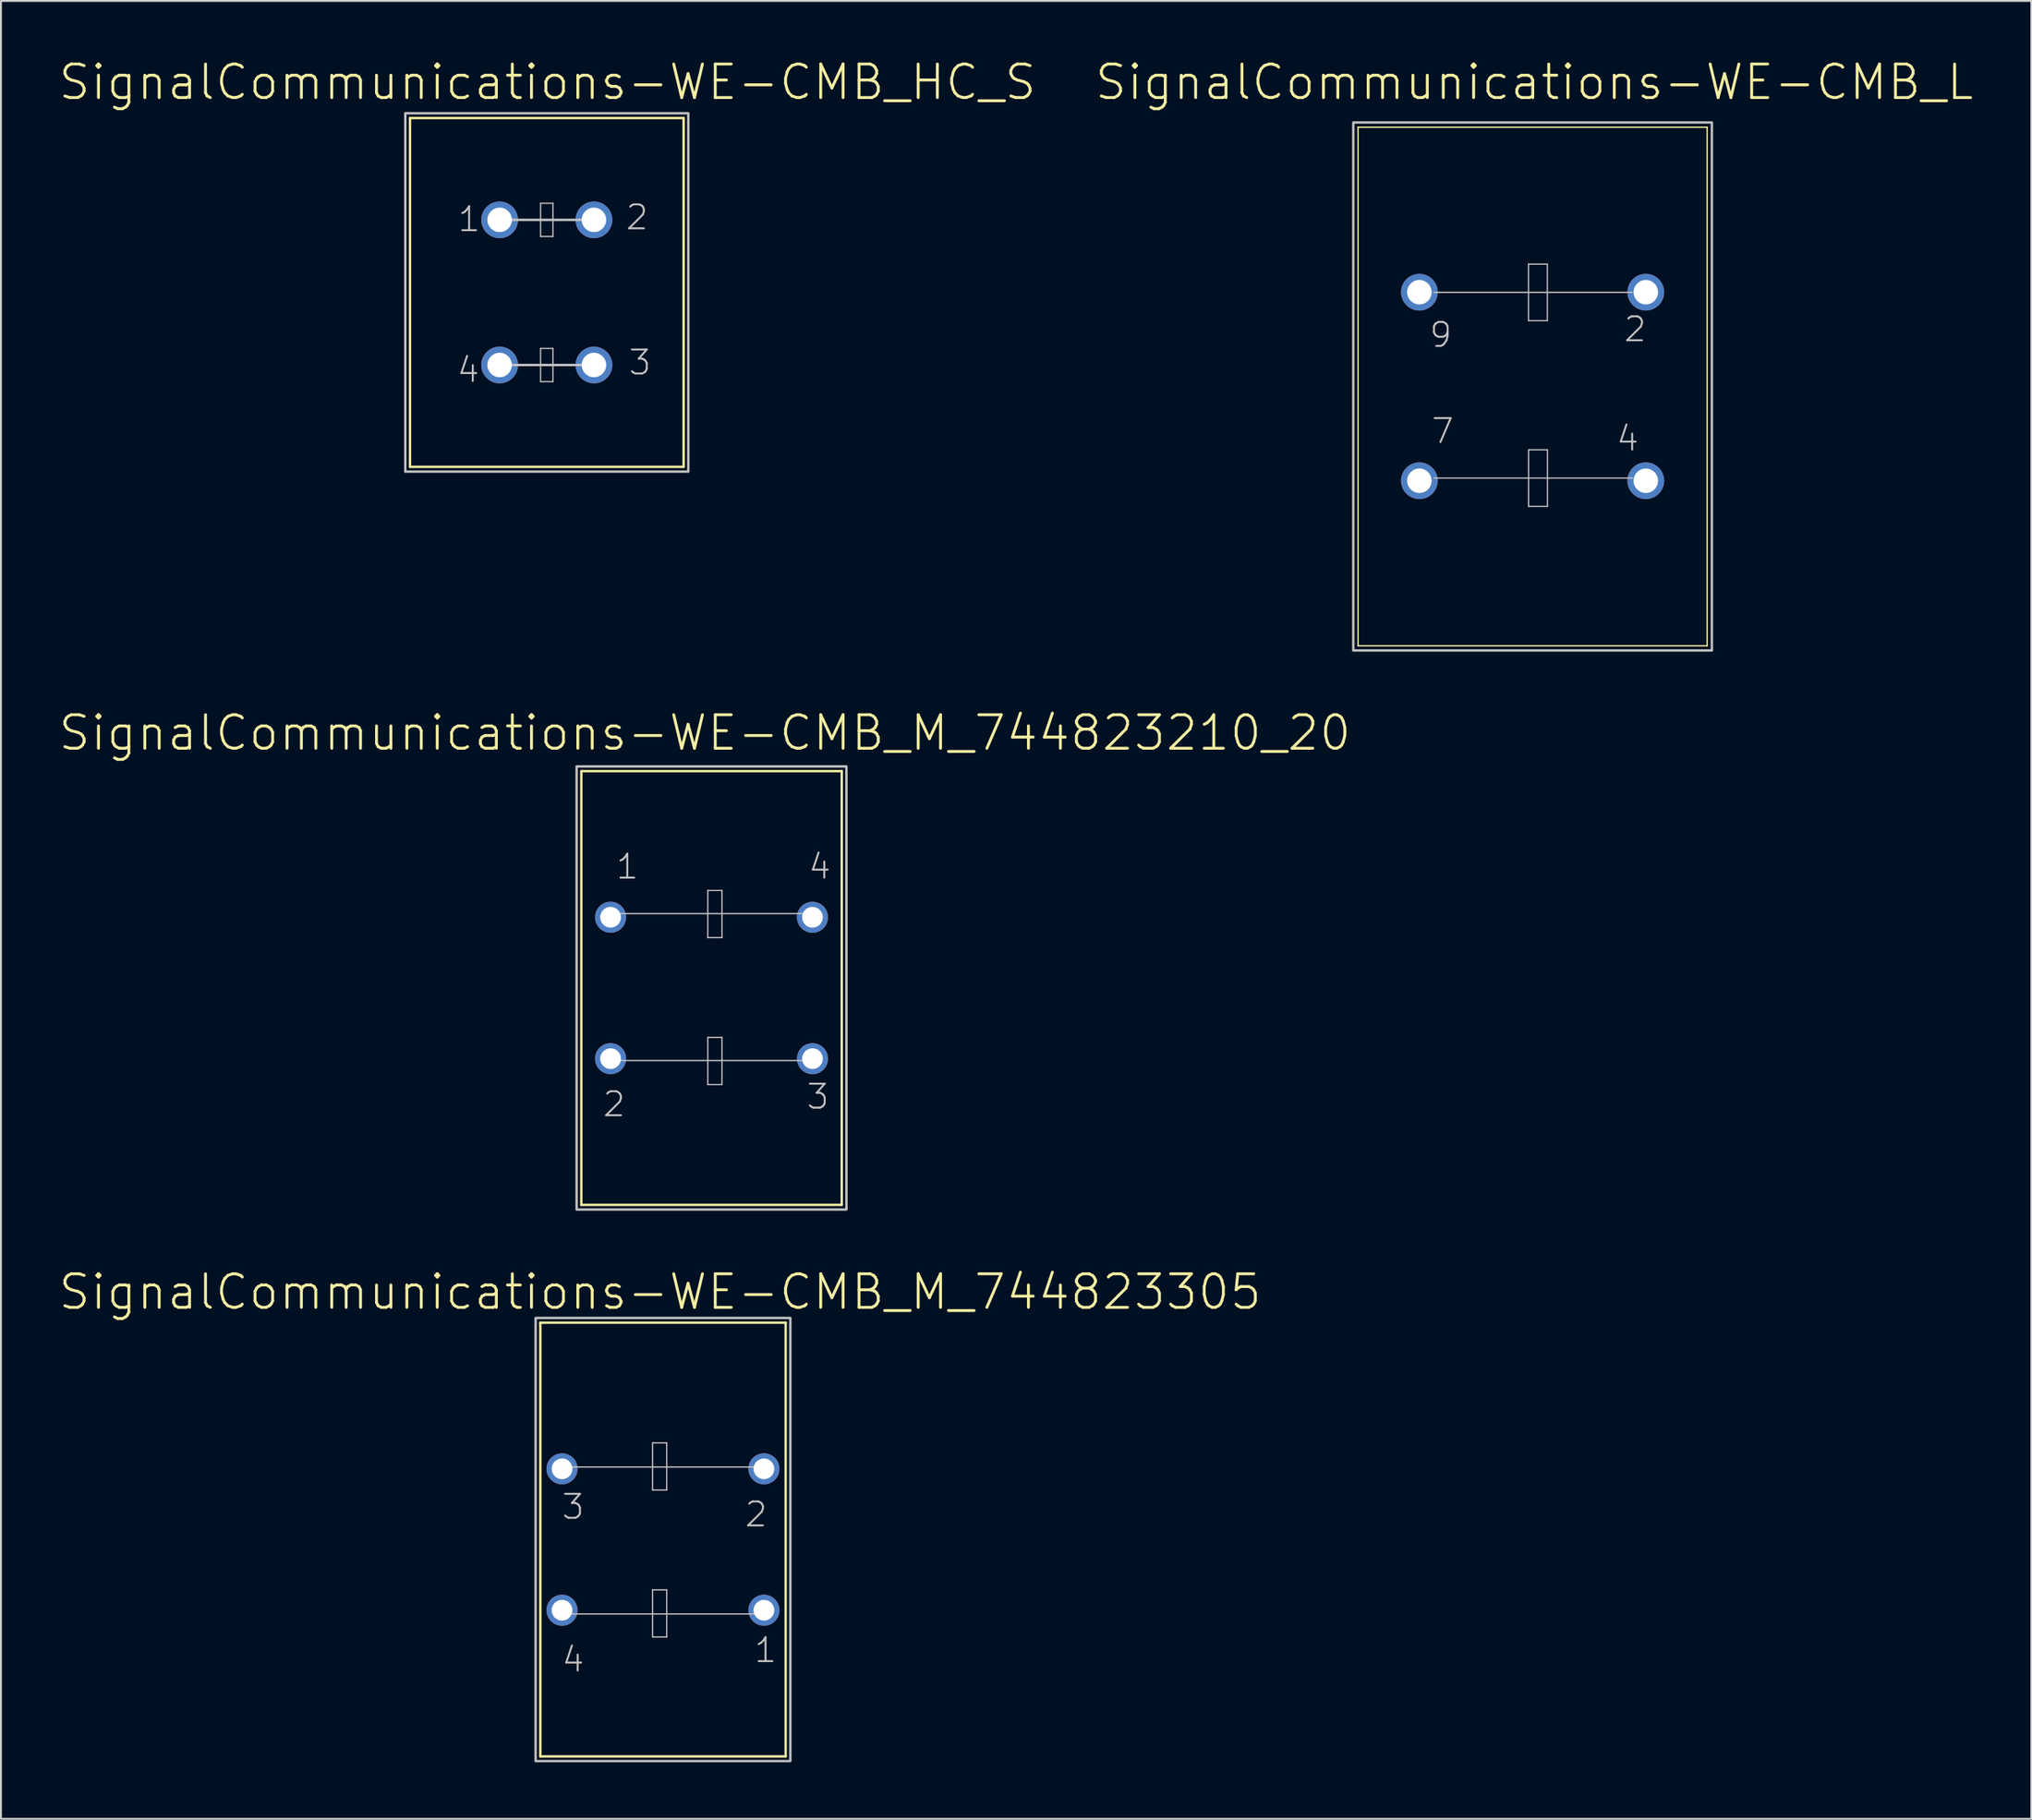
<source format=kicad_pcb>
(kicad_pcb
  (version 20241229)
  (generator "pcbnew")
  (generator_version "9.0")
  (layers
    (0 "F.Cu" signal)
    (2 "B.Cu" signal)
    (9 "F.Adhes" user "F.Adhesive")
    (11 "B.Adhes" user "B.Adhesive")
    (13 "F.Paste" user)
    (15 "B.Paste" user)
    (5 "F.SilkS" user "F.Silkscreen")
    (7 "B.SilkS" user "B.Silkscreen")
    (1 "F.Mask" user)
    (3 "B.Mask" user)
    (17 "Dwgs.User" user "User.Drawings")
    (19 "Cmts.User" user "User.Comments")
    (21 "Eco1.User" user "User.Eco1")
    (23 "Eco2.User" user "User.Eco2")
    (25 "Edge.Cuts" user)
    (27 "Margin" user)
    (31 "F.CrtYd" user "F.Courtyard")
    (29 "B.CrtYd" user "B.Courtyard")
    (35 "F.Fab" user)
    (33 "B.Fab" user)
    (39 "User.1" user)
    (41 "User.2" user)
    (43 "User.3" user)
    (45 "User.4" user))
  (footprint "SignalCommunications-WE-CMB_HC_S"
    (layer "F.Cu")
    (at 25.923 12.456)
    (property "Reference" "SignalCommunications-WE-CMB_HC_S" (at 0.036 -11.148 0) (layer "F.SilkS") (effects (font (size 1.778 1.778) (thickness 0.152))))
    (attr exclude_from_pos_files exclude_from_bom)
    (fp_line (start -7.249 -9.248) (end -7.249 9.248) (stroke (width 0.127) (type solid)) (layer "F.SilkS"))
    (fp_line (start -7.249 9.248) (end 7.249 9.248) (stroke (width 0.127) (type solid)) (layer "F.SilkS"))
    (fp_line (start 7.249 -9.248) (end -7.249 -9.248) (stroke (width 0.127) (type solid)) (layer "F.SilkS"))
    (fp_line (start 7.249 9.248) (end 7.249 -9.248) (stroke (width 0.127) (type solid)) (layer "F.SilkS"))
    (fp_line (start -0.328 -4.729) (end 0.328 -4.729) (stroke (width 0.066) (type solid)) (layer "Dwgs.User"))
    (fp_line (start -0.328 -2.969) (end -0.328 -4.729) (stroke (width 0.066) (type solid)) (layer "Dwgs.User"))
    (fp_line (start -0.328 -2.969) (end 0.328 -2.969) (stroke (width 0.066) (type solid)) (layer "Dwgs.User"))
    (fp_line (start -0.328 2.969) (end 0.328 2.969) (stroke (width 0.066) (type solid)) (layer "Dwgs.User"))
    (fp_line (start -0.328 4.729) (end -0.328 2.969) (stroke (width 0.066) (type solid)) (layer "Dwgs.User"))
    (fp_line (start -0.328 4.729) (end 0.328 4.729) (stroke (width 0.066) (type solid)) (layer "Dwgs.User"))
    (fp_line (start 0.328 -2.969) (end 0.328 -4.729) (stroke (width 0.066) (type solid)) (layer "Dwgs.User"))
    (fp_line (start 0.328 4.729) (end 0.328 2.969) (stroke (width 0.066) (type solid)) (layer "Dwgs.User"))
    (fp_line (start 2.499 -3.848) (end -2.499 -3.848) (stroke (width 0.127) (type solid)) (layer "Dwgs.User"))
    (fp_line (start 2.499 3.848) (end -2.499 3.848) (stroke (width 0.127) (type solid)) (layer "Dwgs.User"))
    (fp_poly (pts (xy -7.498 9.5) (xy -7.498 -9.5) (xy 7.498 -9.5) (xy 7.498 9.5) (xy -7.498 9.5)) (stroke (width 0.127) (type solid)) (fill no) (layer "Dwgs.User"))
    (fp_text user "1" (at -4.115 -3.884 0) (layer "Dwgs.User") (effects (font (size 1.27 1.27) (thickness 0.102))))
    (fp_text user "2" (at 4.783 -3.983 0) (layer "Dwgs.User") (effects (font (size 1.27 1.27) (thickness 0.102))))
    (fp_text user "4" (at -4.163 4.115 0) (layer "Dwgs.User") (effects (font (size 1.27 1.27) (thickness 0.102))))
    (fp_text user "3" (at 4.933 3.713 0) (layer "Dwgs.User") (effects (font (size 1.27 1.27) (thickness 0.102))))
    (pad "1" thru_hole circle (at -2.499 -3.848) (size 1.948 1.948) (drill 1.298) (layers "*.Cu" "*.Paste" "*.Mask"))
    (pad "2" thru_hole circle (at 2.499 -3.848) (size 1.948 1.948) (drill 1.298) (layers "*.Cu" "*.Paste" "*.Mask"))
    (pad "3" thru_hole circle (at 2.499 3.848) (size 1.948 1.948) (drill 1.298) (layers "*.Cu" "*.Paste" "*.Mask"))
    (pad "4" thru_hole circle (at -2.499 3.848) (size 1.948 1.948) (drill 1.298) (layers "*.Cu" "*.Paste" "*.Mask")))
  (footprint "SignalCommunications-WE-CMB_L"
    (layer "F.Cu")
    (at 78.158 17.442)
    (property "Reference" "SignalCommunications-WE-CMB_L" (at 0.094 -16.134 0) (layer "F.SilkS") (effects (font (size 1.778 1.778) (thickness 0.152))))
    (attr exclude_from_pos_files exclude_from_bom)
    (fp_line (start -9.248 -13.749) (end -9.248 13.749) (stroke (width 0.069) (type solid)) (layer "F.SilkS"))
    (fp_line (start -9.248 13.749) (end 9.248 13.749) (stroke (width 0.069) (type solid)) (layer "F.SilkS"))
    (fp_line (start 9.248 -13.749) (end -9.248 -13.749) (stroke (width 0.069) (type solid)) (layer "F.SilkS"))
    (fp_line (start 9.248 13.749) (end 9.248 -13.749) (stroke (width 0.069) (type solid)) (layer "F.SilkS"))
    (fp_line (start -5.217 -4.989) (end 5.281 -4.989) (stroke (width 0.069) (type solid)) (layer "Dwgs.User"))
    (fp_line (start -5.212 4.859) (end 5.286 4.859) (stroke (width 0.069) (type solid)) (layer "Dwgs.User"))
    (fp_line (start -0.218 -6.487) (end 0.78 -6.487) (stroke (width 0.066) (type solid)) (layer "Dwgs.User"))
    (fp_line (start -0.218 -3.487) (end -0.218 -6.487) (stroke (width 0.066) (type solid)) (layer "Dwgs.User"))
    (fp_line (start -0.218 -3.487) (end 0.78 -3.487) (stroke (width 0.066) (type solid)) (layer "Dwgs.User"))
    (fp_line (start -0.213 3.36) (end 0.785 3.36) (stroke (width 0.066) (type solid)) (layer "Dwgs.User"))
    (fp_line (start -0.213 6.36) (end -0.213 3.36) (stroke (width 0.066) (type solid)) (layer "Dwgs.User"))
    (fp_line (start -0.213 6.36) (end 0.785 6.36) (stroke (width 0.066) (type solid)) (layer "Dwgs.User"))
    (fp_line (start 0.78 -3.487) (end 0.78 -6.487) (stroke (width 0.066) (type solid)) (layer "Dwgs.User"))
    (fp_line (start 0.785 6.36) (end 0.785 3.36) (stroke (width 0.066) (type solid)) (layer "Dwgs.User"))
    (fp_poly (pts (xy -9.5 13.998) (xy -9.5 -13.998) (xy 9.5 -13.998) (xy 9.5 13.998) (xy -9.5 13.998)) (stroke (width 0.127) (type solid)) (fill no) (layer "Dwgs.User"))
    (fp_text user "7" (at -4.763 2.365 0) (layer "Dwgs.User") (effects (font (size 1.27 1.27) (thickness 0.102))))
    (fp_text user "2" (at 5.433 -3.033 0) (layer "Dwgs.User") (effects (font (size 1.27 1.27) (thickness 0.102))))
    (fp_text user "4" (at 5.034 2.764 0) (layer "Dwgs.User") (effects (font (size 1.27 1.27) (thickness 0.102))))
    (fp_text user "9" (at -4.864 -2.733 0) (layer "Dwgs.User") (effects (font (size 1.27 1.27) (thickness 0.102))))
    (pad "2" thru_hole circle (at 5.999 -4.999) (size 1.948 1.948) (drill 1.298) (layers "*.Cu" "*.Paste" "*.Mask"))
    (pad "4" thru_hole circle (at 5.999 4.999) (size 1.948 1.948) (drill 1.298) (layers "*.Cu" "*.Paste" "*.Mask"))
    (pad "7" thru_hole circle (at -5.999 4.999) (size 1.948 1.948) (drill 1.298) (layers "*.Cu" "*.Paste" "*.Mask"))
    (pad "9" thru_hole circle (at -5.999 -4.999) (size 1.948 1.948) (drill 1.298) (layers "*.Cu" "*.Paste" "*.Mask")))
  (footprint "SignalCommunications-WE-CMB_M_744823210_20"
    (layer "F.Cu")
    (at 34.652 49.336)
    (property "Reference" "SignalCommunications-WE-CMB_M_744823210_20" (at -0.353 -13.525 0) (layer "F.SilkS") (effects (font (size 1.778 1.778) (thickness 0.152))))
    (attr exclude_from_pos_files exclude_from_bom)
    (fp_line (start -6.899 11.499) (end -6.899 -11.499) (stroke (width 0.127) (type solid)) (layer "F.SilkS"))
    (fp_line (start -6.899 11.499) (end 6.899 11.499) (stroke (width 0.127) (type solid)) (layer "F.SilkS"))
    (fp_line (start 6.899 -11.499) (end -6.899 -11.499) (stroke (width 0.127) (type solid)) (layer "F.SilkS"))
    (fp_line (start 6.899 11.499) (end 6.899 -11.499) (stroke (width 0.127) (type solid)) (layer "F.SilkS"))
    (fp_line (start -0.196 -5.169) (end 0.554 -5.169) (stroke (width 0.066) (type solid)) (layer "Dwgs.User"))
    (fp_line (start -0.196 -2.67) (end -0.196 -5.169) (stroke (width 0.066) (type solid)) (layer "Dwgs.User"))
    (fp_line (start -0.196 -2.67) (end 0.554 -2.67) (stroke (width 0.066) (type solid)) (layer "Dwgs.User"))
    (fp_line (start -0.196 2.624) (end 0.554 2.624) (stroke (width 0.066) (type solid)) (layer "Dwgs.User"))
    (fp_line (start -0.196 5.123) (end -0.196 2.624) (stroke (width 0.066) (type solid)) (layer "Dwgs.User"))
    (fp_line (start -0.196 5.123) (end 0.554 5.123) (stroke (width 0.066) (type solid)) (layer "Dwgs.User"))
    (fp_line (start 0.554 -2.67) (end 0.554 -5.169) (stroke (width 0.066) (type solid)) (layer "Dwgs.User"))
    (fp_line (start 0.554 5.123) (end 0.554 2.624) (stroke (width 0.066) (type solid)) (layer "Dwgs.User"))
    (fp_line (start 5.293 -3.945) (end -5.436 -3.945) (stroke (width 0.069) (type solid)) (layer "Dwgs.User"))
    (fp_line (start 5.293 3.848) (end -5.436 3.848) (stroke (width 0.069) (type solid)) (layer "Dwgs.User"))
    (fp_poly (pts (xy -7.148 11.748) (xy -7.148 -11.748) (xy 7.148 -11.748) (xy 7.148 11.748) (xy -7.148 11.748)) (stroke (width 0.127) (type solid)) (fill no) (layer "Dwgs.User"))
    (fp_text user "3" (at 5.634 5.763 0) (layer "Dwgs.User") (effects (font (size 1.27 1.27) (thickness 0.102))))
    (fp_text user "2" (at -5.164 6.165 0) (layer "Dwgs.User") (effects (font (size 1.27 1.27) (thickness 0.102))))
    (fp_text user "1" (at -4.463 -6.434 0) (layer "Dwgs.User") (effects (font (size 1.27 1.27) (thickness 0.102))))
    (fp_text user "4" (at 5.733 -6.434 0) (layer "Dwgs.User") (effects (font (size 1.27 1.27) (thickness 0.102))))
    (pad "1" thru_hole circle (at -5.349 -3.749) (size 1.648 1.648) (drill 1.1) (layers "*.Cu" "*.Paste" "*.Mask"))
    (pad "2" thru_hole circle (at -5.349 3.749) (size 1.648 1.648) (drill 1.1) (layers "*.Cu" "*.Paste" "*.Mask"))
    (pad "3" thru_hole circle (at 5.349 3.749) (size 1.648 1.648) (drill 1.1) (layers "*.Cu" "*.Paste" "*.Mask"))
    (pad "4" thru_hole circle (at 5.349 -3.749) (size 1.648 1.648) (drill 1.1) (layers "*.Cu" "*.Paste" "*.Mask")))
  (footprint "SignalCommunications-WE-CMB_M_744823305"
    (layer "F.Cu")
    (at 32.08 78.582)
    (property "Reference" "SignalCommunications-WE-CMB_M_744823305" (at -0.152 -13.127 0) (layer "F.SilkS") (effects (font (size 1.778 1.778) (thickness 0.152))))
    (attr exclude_from_pos_files exclude_from_bom)
    (fp_line (start -6.5 -11.499) (end -6.5 11.499) (stroke (width 0.127) (type solid)) (layer "F.SilkS"))
    (fp_line (start -6.5 11.499) (end 6.5 11.499) (stroke (width 0.127) (type solid)) (layer "F.SilkS"))
    (fp_line (start 6.5 -11.499) (end -6.5 -11.499) (stroke (width 0.127) (type solid)) (layer "F.SilkS"))
    (fp_line (start 6.5 -11.499) (end 6.5 11.499) (stroke (width 0.127) (type solid)) (layer "F.SilkS"))
    (fp_line (start -5.293 -3.848) (end 5.436 -3.848) (stroke (width 0.069) (type solid)) (layer "Dwgs.User"))
    (fp_line (start -5.293 3.945) (end 5.436 3.945) (stroke (width 0.069) (type solid)) (layer "Dwgs.User"))
    (fp_line (start -0.554 -5.123) (end 0.196 -5.123) (stroke (width 0.066) (type solid)) (layer "Dwgs.User"))
    (fp_line (start -0.554 -2.624) (end -0.554 -5.123) (stroke (width 0.066) (type solid)) (layer "Dwgs.User"))
    (fp_line (start -0.554 -2.624) (end 0.196 -2.624) (stroke (width 0.066) (type solid)) (layer "Dwgs.User"))
    (fp_line (start -0.554 2.67) (end 0.196 2.67) (stroke (width 0.066) (type solid)) (layer "Dwgs.User"))
    (fp_line (start -0.554 5.169) (end -0.554 2.67) (stroke (width 0.066) (type solid)) (layer "Dwgs.User"))
    (fp_line (start -0.554 5.169) (end 0.196 5.169) (stroke (width 0.066) (type solid)) (layer "Dwgs.User"))
    (fp_line (start 0.196 -2.624) (end 0.196 -5.123) (stroke (width 0.066) (type solid)) (layer "Dwgs.User"))
    (fp_line (start 0.196 5.169) (end 0.196 2.67) (stroke (width 0.066) (type solid)) (layer "Dwgs.User"))
    (fp_poly (pts (xy 6.749 -11.748) (xy 6.749 11.748) (xy -6.749 11.748) (xy -6.749 -11.748) (xy 6.749 -11.748)) (stroke (width 0.127) (type solid)) (fill no) (layer "Dwgs.User"))
    (fp_text user "2" (at 4.933 -1.333 0) (layer "Dwgs.User") (effects (font (size 1.27 1.27) (thickness 0.102))))
    (fp_text user "1" (at 5.433 5.865 0) (layer "Dwgs.User") (effects (font (size 1.27 1.27) (thickness 0.102))))
    (fp_text user "3" (at -4.763 -1.735 0) (layer "Dwgs.User") (effects (font (size 1.27 1.27) (thickness 0.102))))
    (fp_text user "4" (at -4.763 6.363 0) (layer "Dwgs.User") (effects (font (size 1.27 1.27) (thickness 0.102))))
    (pad "1" thru_hole circle (at 5.349 3.749) (size 1.648 1.648) (drill 1.1) (layers "*.Cu" "*.Paste" "*.Mask"))
    (pad "2" thru_hole circle (at 5.349 -3.749) (size 1.648 1.648) (drill 1.1) (layers "*.Cu" "*.Paste" "*.Mask"))
    (pad "3" thru_hole circle (at -5.349 -3.749) (size 1.648 1.648) (drill 1.1) (layers "*.Cu" "*.Paste" "*.Mask"))
    (pad "4" thru_hole circle (at -5.349 3.749) (size 1.648 1.648) (drill 1.1) (layers "*.Cu" "*.Paste" "*.Mask")))
  (gr_rect
    (start -3 -3)
    (end 104.586 93.393)
    (stroke (width 0.1) (type default))
    (fill no)
    (layer "Edge.Cuts")))
</source>
